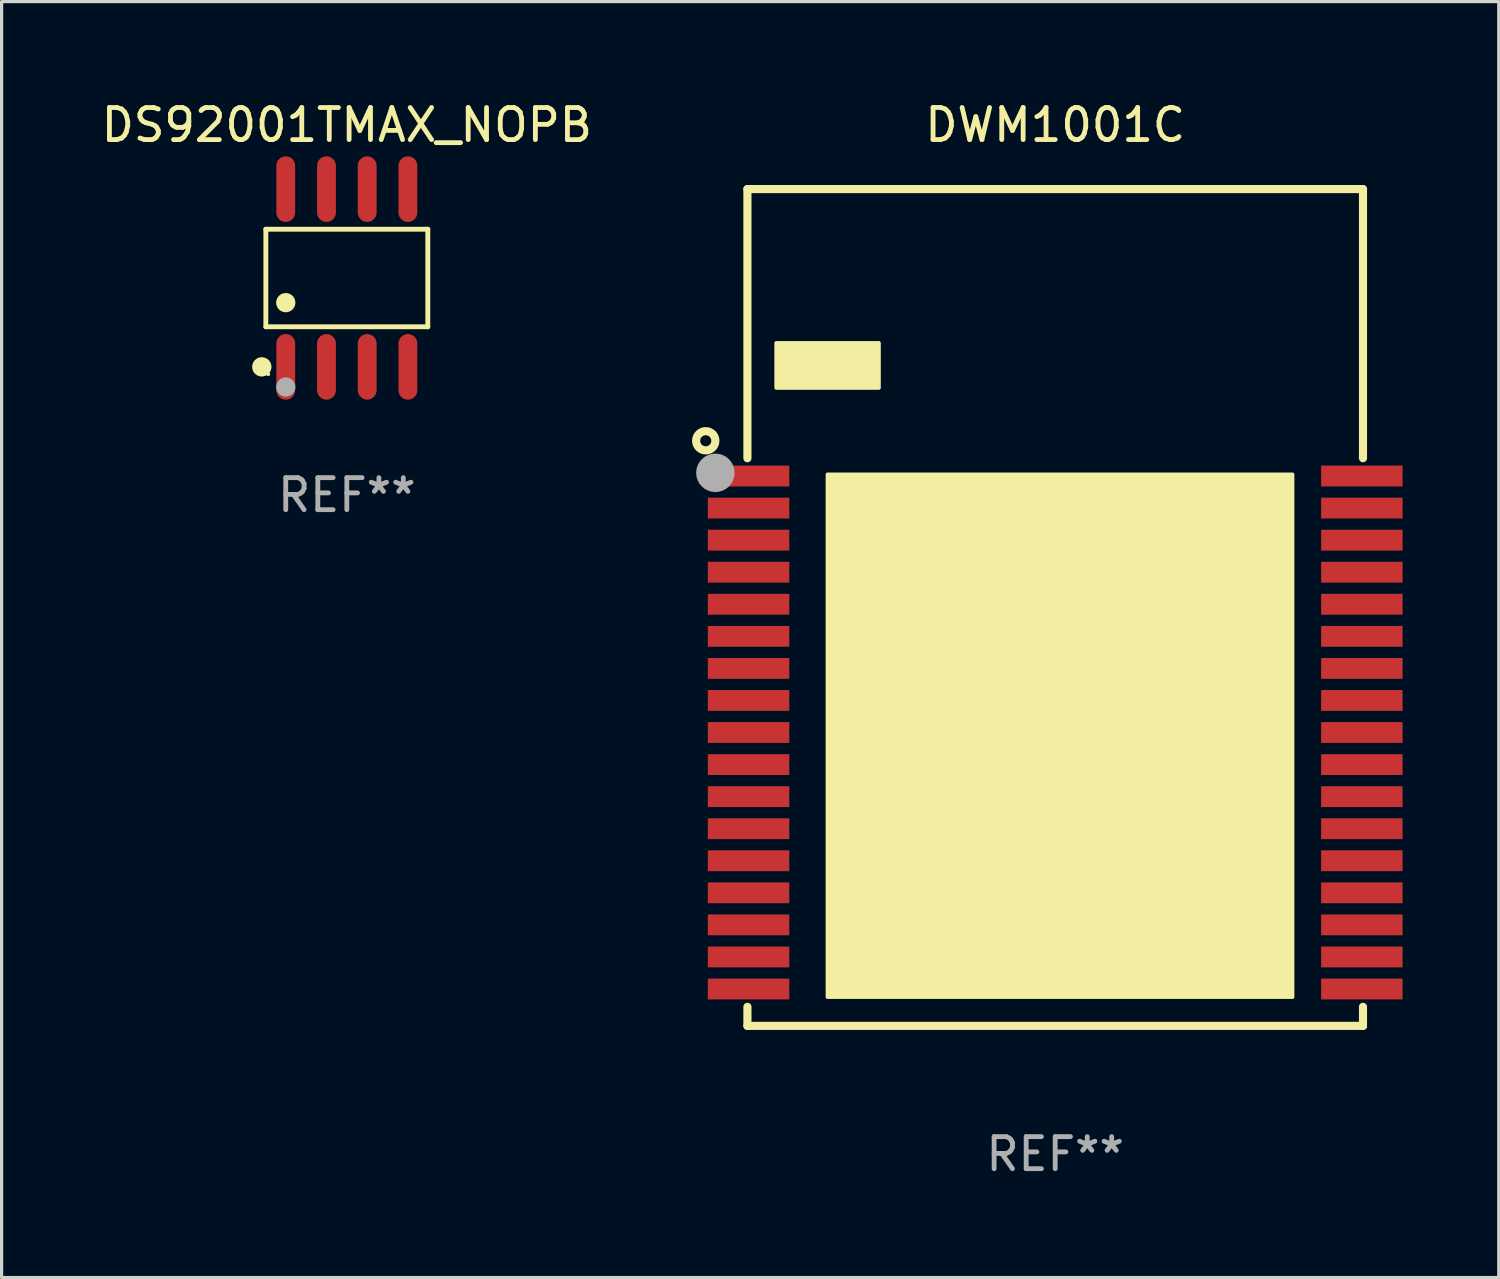
<source format=kicad_pcb>
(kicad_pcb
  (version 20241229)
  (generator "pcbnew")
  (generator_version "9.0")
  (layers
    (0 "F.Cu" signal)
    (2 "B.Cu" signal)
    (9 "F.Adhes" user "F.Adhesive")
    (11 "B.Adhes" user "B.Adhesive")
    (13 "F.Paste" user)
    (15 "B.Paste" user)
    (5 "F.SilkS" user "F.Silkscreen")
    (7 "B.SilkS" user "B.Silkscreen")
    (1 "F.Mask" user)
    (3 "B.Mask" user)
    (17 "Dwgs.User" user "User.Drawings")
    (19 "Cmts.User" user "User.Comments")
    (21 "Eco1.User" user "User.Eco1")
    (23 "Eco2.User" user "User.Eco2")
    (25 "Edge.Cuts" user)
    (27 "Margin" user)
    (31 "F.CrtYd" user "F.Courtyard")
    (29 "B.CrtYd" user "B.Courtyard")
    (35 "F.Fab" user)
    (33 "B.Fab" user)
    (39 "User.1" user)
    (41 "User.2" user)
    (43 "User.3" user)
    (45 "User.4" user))
  (footprint "DS92001TMAX_NOPB"
    (layer "F.Cu")
    (at 7.768 5.621)
    (property "Reference" "DS92001TMAX_NOPB" (at 0 -4.772 0) (layer "F.SilkS") (effects (font (size 1 1) (thickness 0.15))))
    (attr through_hole)
    (fp_line (start -2.526 -1.521) (end 2.526 -1.521) (stroke (width 0.152) (type solid)) (layer "F.SilkS"))
    (fp_line (start -2.526 1.521) (end -2.526 -1.521) (stroke (width 0.152) (type solid)) (layer "F.SilkS"))
    (fp_line (start 2.526 -1.521) (end 2.526 1.521) (stroke (width 0.152) (type solid)) (layer "F.SilkS"))
    (fp_line (start 2.526 1.521) (end -2.526 1.521) (stroke (width 0.152) (type solid)) (layer "F.SilkS"))
    (fp_circle (center -2.652 2.772) (end -2.501 2.772) (stroke (width 0.3) (type solid)) (fill no) (layer "F.SilkS"))
    (fp_circle (center -2.45 3) (end -2.42 3) (stroke (width 0.06) (type solid)) (fill no) (layer "F.SilkS"))
    (fp_circle (center -1.905 0.769) (end -1.755 0.769) (stroke (width 0.3) (type solid)) (fill no) (layer "F.SilkS"))
    (fp_circle (center -1.905 3.4) (end -1.755 3.4) (stroke (width 0.3) (type solid)) (fill no) (layer "F.Fab"))
    (fp_text user "REF**" (at 0 6.772 0) (layer "F.Fab") (effects (font (size 1 1) (thickness 0.15))))
    (pad "1" smd oval (at -1.905 2.772) (size 0.588 2.045) (layers "F.Cu" "F.Mask" "F.Paste"))
    (pad "2" smd oval (at -0.635 2.772) (size 0.588 2.045) (layers "F.Cu" "F.Mask" "F.Paste"))
    (pad "3" smd oval (at 0.635 2.772) (size 0.588 2.045) (layers "F.Cu" "F.Mask" "F.Paste"))
    (pad "4" smd oval (at 1.905 2.772) (size 0.588 2.045) (layers "F.Cu" "F.Mask" "F.Paste"))
    (pad "5" smd oval (at 1.905 -2.772) (size 0.588 2.045) (layers "F.Cu" "F.Mask" "F.Paste"))
    (pad "6" smd oval (at 0.635 -2.772) (size 0.588 2.045) (layers "F.Cu" "F.Mask" "F.Paste"))
    (pad "7" smd oval (at -0.635 -2.772) (size 0.588 2.045) (layers "F.Cu" "F.Mask" "F.Paste"))
    (pad "8" smd oval (at -1.905 -2.772) (size 0.588 2.045) (layers "F.Cu" "F.Mask" "F.Paste")))
  (footprint "DWM1001C"
    (layer "F.Cu")
    (at 29.863 15.898)
    (property "Reference" "DWM1001C" (at 0 -15.05 0) (layer "F.SilkS") (effects (font (size 1 1) (thickness 0.15))))
    (attr through_hole)
    (fp_line (start -9.6 -13.05) (end 9.6 -13.05) (stroke (width 0.254) (type solid)) (layer "F.SilkS"))
    (fp_line (start -9.6 -4.656) (end -9.6 -13.05) (stroke (width 0.254) (type solid)) (layer "F.SilkS"))
    (fp_line (start -9.6 13.05) (end -9.6 12.456) (stroke (width 0.254) (type solid)) (layer "F.SilkS"))
    (fp_line (start 9.6 -13.05) (end 9.6 -4.656) (stroke (width 0.254) (type solid)) (layer "F.SilkS"))
    (fp_line (start 9.6 12.456) (end 9.6 13.05) (stroke (width 0.254) (type solid)) (layer "F.SilkS"))
    (fp_line (start 9.6 13.05) (end -9.6 13.05) (stroke (width 0.254) (type solid)) (layer "F.SilkS"))
    (fp_circle (center -10.9 -5.2) (end -10.6 -5.2) (stroke (width 0.254) (type solid)) (fill no) (layer "F.SilkS"))
    (fp_circle (center -9.565 -13.08) (end -9.535 -13.08) (stroke (width 0.06) (type solid)) (fill no) (layer "F.SilkS"))
    (fp_poly (pts (xy -8.7 -8.25) (xy -5.5 -8.25) (xy -5.5 -6.85) (xy -8.7 -6.85)) (stroke (width 0.12) (type solid)) (fill yes) (layer "F.SilkS"))
    (fp_poly (pts (xy -7.1 -4.15) (xy 7.4 -4.15) (xy 7.4 12.15) (xy -7.1 12.15)) (stroke (width 0.12) (type solid)) (fill yes) (layer "F.SilkS"))
    (fp_circle (center -10.6 -4.2) (end -10.3 -4.2) (stroke (width 0.6) (type solid)) (fill no) (layer "F.Fab"))
    (fp_text user "REF**" (at 0 17.05 0) (layer "F.Fab") (effects (font (size 1 1) (thickness 0.15))))
    (pad "1" smd rect (at -9.565 -4.1) (size 2.54 0.65) (layers "F.Cu" "F.Mask" "F.Paste"))
    (pad "2" smd rect (at -9.565 -3.1) (size 2.54 0.65) (layers "F.Cu" "F.Mask" "F.Paste"))
    (pad "3" smd rect (at -9.565 -2.1) (size 2.54 0.65) (layers "F.Cu" "F.Mask" "F.Paste"))
    (pad "4" smd rect (at -9.565 -1.1) (size 2.54 0.65) (layers "F.Cu" "F.Mask" "F.Paste"))
    (pad "5" smd rect (at -9.565 -0.1) (size 2.54 0.65) (layers "F.Cu" "F.Mask" "F.Paste"))
    (pad "6" smd rect (at -9.565 0.9) (size 2.54 0.65) (layers "F.Cu" "F.Mask" "F.Paste"))
    (pad "7" smd rect (at -9.565 1.9) (size 2.54 0.65) (layers "F.Cu" "F.Mask" "F.Paste"))
    (pad "8" smd rect (at -9.565 2.9) (size 2.54 0.65) (layers "F.Cu" "F.Mask" "F.Paste"))
    (pad "9" smd rect (at -9.565 3.9) (size 2.54 0.65) (layers "F.Cu" "F.Mask" "F.Paste"))
    (pad "10" smd rect (at -9.565 4.9) (size 2.54 0.65) (layers "F.Cu" "F.Mask" "F.Paste"))
    (pad "11" smd rect (at -9.565 5.9) (size 2.54 0.65) (layers "F.Cu" "F.Mask" "F.Paste"))
    (pad "12" smd rect (at -9.565 6.9) (size 2.54 0.65) (layers "F.Cu" "F.Mask" "F.Paste"))
    (pad "13" smd rect (at -9.565 7.9) (size 2.54 0.65) (layers "F.Cu" "F.Mask" "F.Paste"))
    (pad "14" smd rect (at -9.565 8.9) (size 2.54 0.65) (layers "F.Cu" "F.Mask" "F.Paste"))
    (pad "15" smd rect (at -9.565 9.9) (size 2.54 0.65) (layers "F.Cu" "F.Mask" "F.Paste"))
    (pad "16" smd rect (at -9.565 10.9) (size 2.54 0.65) (layers "F.Cu" "F.Mask" "F.Paste"))
    (pad "17" smd rect (at -9.565 11.9) (size 2.54 0.65) (layers "F.Cu" "F.Mask" "F.Paste"))
    (pad "18" smd rect (at 9.565 11.9) (size 2.54 0.65) (layers "F.Cu" "F.Mask" "F.Paste"))
    (pad "19" smd rect (at 9.565 10.9) (size 2.54 0.65) (layers "F.Cu" "F.Mask" "F.Paste"))
    (pad "20" smd rect (at 9.565 9.9) (size 2.54 0.65) (layers "F.Cu" "F.Mask" "F.Paste"))
    (pad "21" smd rect (at 9.565 8.9) (size 2.54 0.65) (layers "F.Cu" "F.Mask" "F.Paste"))
    (pad "22" smd rect (at 9.565 7.9) (size 2.54 0.65) (layers "F.Cu" "F.Mask" "F.Paste"))
    (pad "23" smd rect (at 9.565 6.9) (size 2.54 0.65) (layers "F.Cu" "F.Mask" "F.Paste"))
    (pad "24" smd rect (at 9.565 5.9) (size 2.54 0.65) (layers "F.Cu" "F.Mask" "F.Paste"))
    (pad "25" smd rect (at 9.565 4.9) (size 2.54 0.65) (layers "F.Cu" "F.Mask" "F.Paste"))
    (pad "26" smd rect (at 9.565 3.9) (size 2.54 0.65) (layers "F.Cu" "F.Mask" "F.Paste"))
    (pad "27" smd rect (at 9.565 2.9) (size 2.54 0.65) (layers "F.Cu" "F.Mask" "F.Paste"))
    (pad "28" smd rect (at 9.565 1.9) (size 2.54 0.65) (layers "F.Cu" "F.Mask" "F.Paste"))
    (pad "29" smd rect (at 9.565 0.9) (size 2.54 0.65) (layers "F.Cu" "F.Mask" "F.Paste"))
    (pad "30" smd rect (at 9.565 -0.1) (size 2.54 0.65) (layers "F.Cu" "F.Mask" "F.Paste"))
    (pad "31" smd rect (at 9.565 -1.1) (size 2.54 0.65) (layers "F.Cu" "F.Mask" "F.Paste"))
    (pad "32" smd rect (at 9.565 -2.1) (size 2.54 0.65) (layers "F.Cu" "F.Mask" "F.Paste"))
    (pad "33" smd rect (at 9.565 -3.1) (size 2.54 0.65) (layers "F.Cu" "F.Mask" "F.Paste"))
    (pad "34" smd rect (at 9.565 -4.1) (size 2.54 0.65) (layers "F.Cu" "F.Mask" "F.Paste")))
  (gr_rect
    (start -3 -3)
    (end 43.698 36.797)
    (stroke (width 0.1) (type default))
    (fill no)
    (layer "Edge.Cuts")))
</source>
